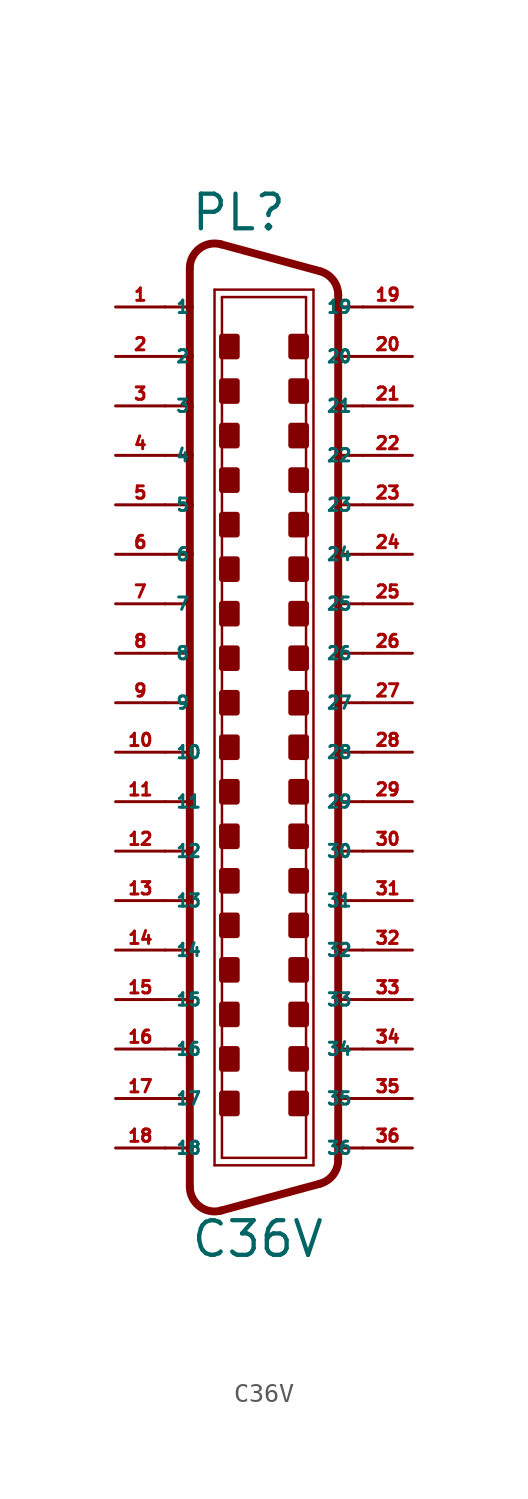
<source format=kicad_sym>
(kicad_symbol_lib
  (version 20220914)
  (generator Eagle2Kicad)
  (symbol "C36V"
    (property "Reference" "PL"
      (at -3.81 24.13 0)
      (effects (font (size 1.778 1.778) (thickness 0.22)) (justify left bottom)))
    (property "Value" "C36V"
      (at -3.81 -28.575 0)
      (effects (font (size 1.778 1.778) (thickness 0.22)) (justify left bottom)))
    (polyline
      (pts (xy -2.54 21.209) (xy 2.54 21.209))
      (stroke (width 0.127) (type default))
      (fill (type none)))
    (polyline
      (pts (xy -2.54 -23.749) (xy 2.54 -23.749))
      (stroke (width 0.127) (type default))
      (fill (type none)))
    (polyline
      (pts (xy -2.159 20.828) (xy 2.159 20.828))
      (stroke (width 0.127) (type default))
      (fill (type none)))
    (polyline
      (pts (xy 2.159 -23.368) (xy -2.159 -23.368))
      (stroke (width 0.127) (type default))
      (fill (type none)))
    (polyline
      (pts (xy 2.873 22.155) (xy -2.207 23.535))
      (stroke (width 0.406) (type default))
      (fill (type none)))
    (polyline
      (pts (xy 2.873 -24.695) (xy -2.207 -26.075))
      (stroke (width 0.406) (type default))
      (fill (type none)))
    (polyline
      (pts (xy -2.54 -23.749) (xy -2.54 21.209))
      (stroke (width 0.127) (type default))
      (fill (type none)))
    (polyline
      (pts (xy -3.81 22.264) (xy -3.81 20.32))
      (stroke (width 0.406) (type default))
      (fill (type none)))
    (polyline
      (pts (xy -3.81 20.32) (xy -3.81 17.78))
      (stroke (width 0.406) (type default))
      (fill (type none)))
    (polyline
      (pts (xy -3.81 17.78) (xy -3.81 15.24))
      (stroke (width 0.406) (type default))
      (fill (type none)))
    (polyline
      (pts (xy -3.81 15.24) (xy -3.81 12.7))
      (stroke (width 0.406) (type default))
      (fill (type none)))
    (polyline
      (pts (xy -3.81 12.7) (xy -3.81 10.16))
      (stroke (width 0.406) (type default))
      (fill (type none)))
    (polyline
      (pts (xy -3.81 10.16) (xy -3.81 7.62))
      (stroke (width 0.406) (type default))
      (fill (type none)))
    (polyline
      (pts (xy -3.81 7.62) (xy -3.81 -10.16))
      (stroke (width 0.406) (type default))
      (fill (type none)))
    (polyline
      (pts (xy -3.81 -10.16) (xy -3.81 -12.7))
      (stroke (width 0.406) (type default))
      (fill (type none)))
    (polyline
      (pts (xy -3.81 -12.7) (xy -3.81 -15.24))
      (stroke (width 0.406) (type default))
      (fill (type none)))
    (polyline
      (pts (xy -3.81 -15.24) (xy -3.81 -17.78))
      (stroke (width 0.406) (type default))
      (fill (type none)))
    (polyline
      (pts (xy -3.81 -17.78) (xy -3.81 -20.32))
      (stroke (width 0.406) (type default))
      (fill (type none)))
    (polyline
      (pts (xy -3.81 -20.32) (xy -3.81 -22.86))
      (stroke (width 0.406) (type default))
      (fill (type none)))
    (polyline
      (pts (xy -3.81 -22.86) (xy -3.81 -24.85))
      (stroke (width 0.406) (type default))
      (fill (type none)))
    (arc
      (start -3.81 -24.8498)
      (mid -3.311 -25.859)
      (end -2.207 -26.0754)
      (stroke (width 0.4064) (type default))
      (fill (type none)))
    (arc
      (start -2.207 23.5353)
      (mid -3.311 23.319)
      (end -3.81 22.3098)
      (stroke (width 0.4064) (type default))
      (fill (type none)))
    (polyline
      (pts (xy -2.159 -23.368) (xy -2.159 20.828))
      (stroke (width 0.127) (type default))
      (fill (type none)))
    (polyline
      (pts (xy 2.54 -23.749) (xy 2.54 21.209))
      (stroke (width 0.127) (type default))
      (fill (type none)))
    (polyline
      (pts (xy 3.81 -23.424) (xy 3.81 -22.86))
      (stroke (width 0.406) (type default))
      (fill (type none)))
    (polyline
      (pts (xy 3.81 -22.86) (xy 3.81 -20.32))
      (stroke (width 0.406) (type default))
      (fill (type none)))
    (polyline
      (pts (xy 3.81 -20.32) (xy 3.81 -17.78))
      (stroke (width 0.406) (type default))
      (fill (type none)))
    (polyline
      (pts (xy 3.81 -17.78) (xy 3.81 -15.24))
      (stroke (width 0.406) (type default))
      (fill (type none)))
    (polyline
      (pts (xy 3.81 -15.24) (xy 3.81 -12.7))
      (stroke (width 0.406) (type default))
      (fill (type none)))
    (polyline
      (pts (xy 3.81 -12.7) (xy 3.81 -10.16))
      (stroke (width 0.406) (type default))
      (fill (type none)))
    (polyline
      (pts (xy 3.81 -10.16) (xy 3.81 7.62))
      (stroke (width 0.406) (type default))
      (fill (type none)))
    (polyline
      (pts (xy 3.81 7.62) (xy 3.81 10.16))
      (stroke (width 0.406) (type default))
      (fill (type none)))
    (polyline
      (pts (xy 3.81 10.16) (xy 3.81 12.7))
      (stroke (width 0.406) (type default))
      (fill (type none)))
    (polyline
      (pts (xy 3.81 12.7) (xy 3.81 15.24))
      (stroke (width 0.406) (type default))
      (fill (type none)))
    (polyline
      (pts (xy 3.81 15.24) (xy 3.81 17.78))
      (stroke (width 0.406) (type default))
      (fill (type none)))
    (polyline
      (pts (xy 3.81 17.78) (xy 3.81 20.32))
      (stroke (width 0.406) (type default))
      (fill (type none)))
    (polyline
      (pts (xy 3.81 20.32) (xy 3.81 20.93))
      (stroke (width 0.406) (type default))
      (fill (type none)))
    (arc
      (start 2.873 -24.6951)
      (mid 3.549 -24.241)
      (end 3.81 -23.4696)
      (stroke (width 0.4064) (type default))
      (fill (type none)))
    (polyline
      (pts (xy 2.159 20.828) (xy 2.159 -23.368))
      (stroke (width 0.127) (type default))
      (fill (type none)))
    (arc
      (start 3.81 20.9296)
      (mid 3.549 21.701)
      (end 2.873 22.1552)
      (stroke (width 0.4064) (type default))
      (fill (type none)))
    (polyline
      (pts (xy -5.08 20.32) (xy -3.81 20.32))
      (stroke (width 0.152) (type default))
      (fill (type none)))
    (polyline
      (pts (xy -5.08 17.78) (xy -3.81 17.78))
      (stroke (width 0.152) (type default))
      (fill (type none)))
    (polyline
      (pts (xy -5.08 15.24) (xy -3.81 15.24))
      (stroke (width 0.152) (type default))
      (fill (type none)))
    (polyline
      (pts (xy -5.08 -15.24) (xy -3.81 -15.24))
      (stroke (width 0.152) (type default))
      (fill (type none)))
    (polyline
      (pts (xy -5.08 -17.78) (xy -3.81 -17.78))
      (stroke (width 0.152) (type default))
      (fill (type none)))
    (polyline
      (pts (xy -5.08 -20.32) (xy -3.81 -20.32))
      (stroke (width 0.152) (type default))
      (fill (type none)))
    (polyline
      (pts (xy -5.08 -22.86) (xy -3.81 -22.86))
      (stroke (width 0.152) (type default))
      (fill (type none)))
    (polyline
      (pts (xy 5.08 -22.86) (xy 3.81 -22.86))
      (stroke (width 0.152) (type default))
      (fill (type none)))
    (polyline
      (pts (xy 5.08 -20.32) (xy 3.81 -20.32))
      (stroke (width 0.152) (type default))
      (fill (type none)))
    (polyline
      (pts (xy 5.08 -17.78) (xy 3.81 -17.78))
      (stroke (width 0.152) (type default))
      (fill (type none)))
    (polyline
      (pts (xy 5.08 -15.24) (xy 3.81 -15.24))
      (stroke (width 0.152) (type default))
      (fill (type none)))
    (polyline
      (pts (xy 5.08 15.24) (xy 3.81 15.24))
      (stroke (width 0.152) (type default))
      (fill (type none)))
    (polyline
      (pts (xy 5.08 17.78) (xy 3.81 17.78))
      (stroke (width 0.152) (type default))
      (fill (type none)))
    (polyline
      (pts (xy 5.08 20.32) (xy 3.81 20.32))
      (stroke (width 0.152) (type default))
      (fill (type none)))
    (polyline
      (pts (xy 5.08 12.7) (xy 3.81 12.7))
      (stroke (width 0.152) (type default))
      (fill (type none)))
    (polyline
      (pts (xy 5.08 10.16) (xy 3.81 10.16))
      (stroke (width 0.152) (type default))
      (fill (type none)))
    (polyline
      (pts (xy 5.08 7.62) (xy 3.81 7.62))
      (stroke (width 0.152) (type default))
      (fill (type none)))
    (polyline
      (pts (xy 5.08 -10.16) (xy 3.81 -10.16))
      (stroke (width 0.152) (type default))
      (fill (type none)))
    (polyline
      (pts (xy 5.08 -12.7) (xy 3.81 -12.7))
      (stroke (width 0.152) (type default))
      (fill (type none)))
    (polyline
      (pts (xy -3.81 12.7) (xy -5.08 12.7))
      (stroke (width 0.152) (type default))
      (fill (type none)))
    (polyline
      (pts (xy -3.81 10.16) (xy -5.08 10.16))
      (stroke (width 0.152) (type default))
      (fill (type none)))
    (polyline
      (pts (xy -3.81 7.62) (xy -5.08 7.62))
      (stroke (width 0.152) (type default))
      (fill (type none)))
    (polyline
      (pts (xy -3.81 -10.16) (xy -5.08 -10.16))
      (stroke (width 0.152) (type default))
      (fill (type none)))
    (polyline
      (pts (xy -3.81 -12.7) (xy -5.08 -12.7))
      (stroke (width 0.152) (type default))
      (fill (type none)))
    (polyline
      (pts (xy -5.08 0) (xy -3.81 0))
      (stroke (width 0.152) (type default))
      (fill (type none)))
    (polyline
      (pts (xy -5.08 -2.54) (xy -3.81 -2.54))
      (stroke (width 0.152) (type default))
      (fill (type none)))
    (polyline
      (pts (xy -5.08 -5.08) (xy -3.81 -5.08))
      (stroke (width 0.152) (type default))
      (fill (type none)))
    (polyline
      (pts (xy -5.08 -7.62) (xy -3.81 -7.62))
      (stroke (width 0.152) (type default))
      (fill (type none)))
    (polyline
      (pts (xy -3.81 5.08) (xy -5.08 5.08))
      (stroke (width 0.152) (type default))
      (fill (type none)))
    (polyline
      (pts (xy -3.81 2.54) (xy -5.08 2.54))
      (stroke (width 0.152) (type default))
      (fill (type none)))
    (polyline
      (pts (xy 5.08 -2.54) (xy 3.81 -2.54))
      (stroke (width 0.152) (type default))
      (fill (type none)))
    (polyline
      (pts (xy 5.08 0) (xy 3.81 0))
      (stroke (width 0.152) (type default))
      (fill (type none)))
    (polyline
      (pts (xy 5.08 2.54) (xy 3.81 2.54))
      (stroke (width 0.152) (type default))
      (fill (type none)))
    (polyline
      (pts (xy 5.08 5.08) (xy 3.81 5.08))
      (stroke (width 0.152) (type default))
      (fill (type none)))
    (polyline
      (pts (xy 3.81 -7.62) (xy 5.08 -7.62))
      (stroke (width 0.152) (type default))
      (fill (type none)))
    (polyline
      (pts (xy 3.81 -5.08) (xy 5.08 -5.08))
      (stroke (width 0.152) (type default))
      (fill (type none)))
    (rectangle
      (start -2.159 17.78)
      (end -1.397 18.796)
      (stroke (width 0.3) (type default))
      (fill (type outline)))
    (rectangle
      (start -2.159 15.494)
      (end -1.397 16.51)
      (stroke (width 0.3) (type default))
      (fill (type outline)))
    (rectangle
      (start 1.397 17.78)
      (end 2.159 18.796)
      (stroke (width 0.3) (type default))
      (fill (type outline)))
    (rectangle
      (start 1.397 15.494)
      (end 2.159 16.51)
      (stroke (width 0.3) (type default))
      (fill (type outline)))
    (rectangle
      (start -2.159 13.208)
      (end -1.397 14.224)
      (stroke (width 0.3) (type default))
      (fill (type outline)))
    (rectangle
      (start -2.159 10.922)
      (end -1.397 11.938)
      (stroke (width 0.3) (type default))
      (fill (type outline)))
    (rectangle
      (start 1.397 13.208)
      (end 2.159 14.224)
      (stroke (width 0.3) (type default))
      (fill (type outline)))
    (rectangle
      (start 1.397 10.922)
      (end 2.159 11.938)
      (stroke (width 0.3) (type default))
      (fill (type outline)))
    (rectangle
      (start -2.159 8.636)
      (end -1.397 9.652)
      (stroke (width 0.3) (type default))
      (fill (type outline)))
    (rectangle
      (start -2.159 -14.224)
      (end -1.397 -13.208)
      (stroke (width 0.3) (type default))
      (fill (type outline)))
    (rectangle
      (start 1.397 -14.224)
      (end 2.159 -13.208)
      (stroke (width 0.3) (type default))
      (fill (type outline)))
    (rectangle
      (start 1.397 -16.51)
      (end 2.159 -15.494)
      (stroke (width 0.3) (type default))
      (fill (type outline)))
    (rectangle
      (start -2.159 -16.51)
      (end -1.397 -15.494)
      (stroke (width 0.3) (type default))
      (fill (type outline)))
    (rectangle
      (start -2.159 -18.796)
      (end -1.397 -17.78)
      (stroke (width 0.3) (type default))
      (fill (type outline)))
    (rectangle
      (start 1.397 -11.938)
      (end 2.159 -10.922)
      (stroke (width 0.3) (type default))
      (fill (type outline)))
    (rectangle
      (start 1.397 -18.796)
      (end 2.159 -17.78)
      (stroke (width 0.3) (type default))
      (fill (type outline)))
    (rectangle
      (start -2.159 -21.082)
      (end -1.397 -20.066)
      (stroke (width 0.3) (type default))
      (fill (type outline)))
    (rectangle
      (start 1.397 -21.082)
      (end 2.159 -20.066)
      (stroke (width 0.3) (type default))
      (fill (type outline)))
    (rectangle
      (start -2.159 6.35)
      (end -1.397 7.366)
      (stroke (width 0.3) (type default))
      (fill (type outline)))
    (rectangle
      (start -2.159 -9.652)
      (end -1.397 -8.636)
      (stroke (width 0.3) (type default))
      (fill (type outline)))
    (rectangle
      (start -2.159 -11.938)
      (end -1.397 -10.922)
      (stroke (width 0.3) (type default))
      (fill (type outline)))
    (rectangle
      (start 1.397 -9.652)
      (end 2.159 -8.636)
      (stroke (width 0.3) (type default))
      (fill (type outline)))
    (rectangle
      (start 1.397 6.35)
      (end 2.159 7.366)
      (stroke (width 0.3) (type default))
      (fill (type outline)))
    (rectangle
      (start 1.397 8.636)
      (end 2.159 9.652)
      (stroke (width 0.3) (type default))
      (fill (type outline)))
    (rectangle
      (start -2.159 4.064)
      (end -1.397 5.08)
      (stroke (width 0.3) (type default))
      (fill (type outline)))
    (rectangle
      (start -2.159 1.778)
      (end -1.397 2.794)
      (stroke (width 0.3) (type default))
      (fill (type outline)))
    (rectangle
      (start -2.159 -0.508)
      (end -1.397 0.508)
      (stroke (width 0.3) (type default))
      (fill (type outline)))
    (rectangle
      (start -2.159 -2.794)
      (end -1.397 -1.778)
      (stroke (width 0.3) (type default))
      (fill (type outline)))
    (rectangle
      (start -2.159 -5.08)
      (end -1.397 -4.064)
      (stroke (width 0.3) (type default))
      (fill (type outline)))
    (rectangle
      (start -2.159 -7.366)
      (end -1.397 -6.35)
      (stroke (width 0.3) (type default))
      (fill (type outline)))
    (rectangle
      (start 1.397 4.064)
      (end 2.159 5.08)
      (stroke (width 0.3) (type default))
      (fill (type outline)))
    (rectangle
      (start 1.397 1.778)
      (end 2.159 2.794)
      (stroke (width 0.3) (type default))
      (fill (type outline)))
    (rectangle
      (start 1.397 -0.508)
      (end 2.159 0.508)
      (stroke (width 0.3) (type default))
      (fill (type outline)))
    (rectangle
      (start 1.397 -2.794)
      (end 2.159 -1.778)
      (stroke (width 0.3) (type default))
      (fill (type outline)))
    (rectangle
      (start 1.397 -5.08)
      (end 2.159 -4.064)
      (stroke (width 0.3) (type default))
      (fill (type outline)))
    (rectangle
      (start 1.397 -7.366)
      (end 2.159 -6.35)
      (stroke (width 0.3) (type default))
      (fill (type outline)))
    (pin passive line
      (at -7.62 20.32 0)
      (length 2.54)
      (name "1" (effects (font (size 0.635 0.635) (thickness 0.08)) (justify left bottom)))
      (number "1" (effects (font (size 0.635 0.635) (thickness 0.08)) (justify left bottom))))
    (pin passive line
      (at -7.62 17.78 0)
      (length 2.54)
      (name "2" (effects (font (size 0.635 0.635) (thickness 0.08)) (justify left bottom)))
      (number "2" (effects (font (size 0.635 0.635) (thickness 0.08)) (justify left bottom))))
    (pin passive line
      (at -7.62 15.24 0)
      (length 2.54)
      (name "3" (effects (font (size 0.635 0.635) (thickness 0.08)) (justify left bottom)))
      (number "3" (effects (font (size 0.635 0.635) (thickness 0.08)) (justify left bottom))))
    (pin passive line
      (at -7.62 12.7 0)
      (length 2.54)
      (name "4" (effects (font (size 0.635 0.635) (thickness 0.08)) (justify left bottom)))
      (number "4" (effects (font (size 0.635 0.635) (thickness 0.08)) (justify left bottom))))
    (pin passive line
      (at -7.62 10.16 0)
      (length 2.54)
      (name "5" (effects (font (size 0.635 0.635) (thickness 0.08)) (justify left bottom)))
      (number "5" (effects (font (size 0.635 0.635) (thickness 0.08)) (justify left bottom))))
    (pin passive line
      (at -7.62 7.62 0)
      (length 2.54)
      (name "6" (effects (font (size 0.635 0.635) (thickness 0.08)) (justify left bottom)))
      (number "6" (effects (font (size 0.635 0.635) (thickness 0.08)) (justify left bottom))))
    (pin passive line
      (at -7.62 5.08 0)
      (length 2.54)
      (name "7" (effects (font (size 0.635 0.635) (thickness 0.08)) (justify left bottom)))
      (number "7" (effects (font (size 0.635 0.635) (thickness 0.08)) (justify left bottom))))
    (pin passive line
      (at -7.62 2.54 0)
      (length 2.54)
      (name "8" (effects (font (size 0.635 0.635) (thickness 0.08)) (justify left bottom)))
      (number "8" (effects (font (size 0.635 0.635) (thickness 0.08)) (justify left bottom))))
    (pin passive line
      (at -7.62 0 0)
      (length 2.54)
      (name "9" (effects (font (size 0.635 0.635) (thickness 0.08)) (justify left bottom)))
      (number "9" (effects (font (size 0.635 0.635) (thickness 0.08)) (justify left bottom))))
    (pin passive line
      (at -7.62 -2.54 0)
      (length 2.54)
      (name "10" (effects (font (size 0.635 0.635) (thickness 0.08)) (justify left bottom)))
      (number "10" (effects (font (size 0.635 0.635) (thickness 0.08)) (justify left bottom))))
    (pin passive line
      (at -7.62 -5.08 0)
      (length 2.54)
      (name "11" (effects (font (size 0.635 0.635) (thickness 0.08)) (justify left bottom)))
      (number "11" (effects (font (size 0.635 0.635) (thickness 0.08)) (justify left bottom))))
    (pin passive line
      (at -7.62 -7.62 0)
      (length 2.54)
      (name "12" (effects (font (size 0.635 0.635) (thickness 0.08)) (justify left bottom)))
      (number "12" (effects (font (size 0.635 0.635) (thickness 0.08)) (justify left bottom))))
    (pin passive line
      (at -7.62 -10.16 0)
      (length 2.54)
      (name "13" (effects (font (size 0.635 0.635) (thickness 0.08)) (justify left bottom)))
      (number "13" (effects (font (size 0.635 0.635) (thickness 0.08)) (justify left bottom))))
    (pin passive line
      (at -7.62 -12.7 0)
      (length 2.54)
      (name "14" (effects (font (size 0.635 0.635) (thickness 0.08)) (justify left bottom)))
      (number "14" (effects (font (size 0.635 0.635) (thickness 0.08)) (justify left bottom))))
    (pin passive line
      (at -7.62 -15.24 0)
      (length 2.54)
      (name "15" (effects (font (size 0.635 0.635) (thickness 0.08)) (justify left bottom)))
      (number "15" (effects (font (size 0.635 0.635) (thickness 0.08)) (justify left bottom))))
    (pin passive line
      (at -7.62 -17.78 0)
      (length 2.54)
      (name "16" (effects (font (size 0.635 0.635) (thickness 0.08)) (justify left bottom)))
      (number "16" (effects (font (size 0.635 0.635) (thickness 0.08)) (justify left bottom))))
    (pin passive line
      (at -7.62 -20.32 0)
      (length 2.54)
      (name "17" (effects (font (size 0.635 0.635) (thickness 0.08)) (justify left bottom)))
      (number "17" (effects (font (size 0.635 0.635) (thickness 0.08)) (justify left bottom))))
    (pin passive line
      (at -7.62 -22.86 0)
      (length 2.54)
      (name "18" (effects (font (size 0.635 0.635) (thickness 0.08)) (justify left bottom)))
      (number "18" (effects (font (size 0.635 0.635) (thickness 0.08)) (justify left bottom))))
    (pin passive line
      (at 7.62 20.32 180)
      (length 2.54)
      (name "19" (effects (font (size 0.635 0.635) (thickness 0.08)) (justify left bottom)))
      (number "19" (effects (font (size 0.635 0.635) (thickness 0.08)) (justify left bottom))))
    (pin passive line
      (at 7.62 17.78 180)
      (length 2.54)
      (name "20" (effects (font (size 0.635 0.635) (thickness 0.08)) (justify left bottom)))
      (number "20" (effects (font (size 0.635 0.635) (thickness 0.08)) (justify left bottom))))
    (pin passive line
      (at 7.62 15.24 180)
      (length 2.54)
      (name "21" (effects (font (size 0.635 0.635) (thickness 0.08)) (justify left bottom)))
      (number "21" (effects (font (size 0.635 0.635) (thickness 0.08)) (justify left bottom))))
    (pin passive line
      (at 7.62 12.7 180)
      (length 2.54)
      (name "22" (effects (font (size 0.635 0.635) (thickness 0.08)) (justify left bottom)))
      (number "22" (effects (font (size 0.635 0.635) (thickness 0.08)) (justify left bottom))))
    (pin passive line
      (at 7.62 10.16 180)
      (length 2.54)
      (name "23" (effects (font (size 0.635 0.635) (thickness 0.08)) (justify left bottom)))
      (number "23" (effects (font (size 0.635 0.635) (thickness 0.08)) (justify left bottom))))
    (pin passive line
      (at 7.62 7.62 180)
      (length 2.54)
      (name "24" (effects (font (size 0.635 0.635) (thickness 0.08)) (justify left bottom)))
      (number "24" (effects (font (size 0.635 0.635) (thickness 0.08)) (justify left bottom))))
    (pin passive line
      (at 7.62 5.08 180)
      (length 2.54)
      (name "25" (effects (font (size 0.635 0.635) (thickness 0.08)) (justify left bottom)))
      (number "25" (effects (font (size 0.635 0.635) (thickness 0.08)) (justify left bottom))))
    (pin passive line
      (at 7.62 2.54 180)
      (length 2.54)
      (name "26" (effects (font (size 0.635 0.635) (thickness 0.08)) (justify left bottom)))
      (number "26" (effects (font (size 0.635 0.635) (thickness 0.08)) (justify left bottom))))
    (pin passive line
      (at 7.62 0 180)
      (length 2.54)
      (name "27" (effects (font (size 0.635 0.635) (thickness 0.08)) (justify left bottom)))
      (number "27" (effects (font (size 0.635 0.635) (thickness 0.08)) (justify left bottom))))
    (pin passive line
      (at 7.62 -2.54 180)
      (length 2.54)
      (name "28" (effects (font (size 0.635 0.635) (thickness 0.08)) (justify left bottom)))
      (number "28" (effects (font (size 0.635 0.635) (thickness 0.08)) (justify left bottom))))
    (pin passive line
      (at 7.62 -5.08 180)
      (length 2.54)
      (name "29" (effects (font (size 0.635 0.635) (thickness 0.08)) (justify left bottom)))
      (number "29" (effects (font (size 0.635 0.635) (thickness 0.08)) (justify left bottom))))
    (pin passive line
      (at 7.62 -7.62 180)
      (length 2.54)
      (name "30" (effects (font (size 0.635 0.635) (thickness 0.08)) (justify left bottom)))
      (number "30" (effects (font (size 0.635 0.635) (thickness 0.08)) (justify left bottom))))
    (pin passive line
      (at 7.62 -10.16 180)
      (length 2.54)
      (name "31" (effects (font (size 0.635 0.635) (thickness 0.08)) (justify left bottom)))
      (number "31" (effects (font (size 0.635 0.635) (thickness 0.08)) (justify left bottom))))
    (pin passive line
      (at 7.62 -12.7 180)
      (length 2.54)
      (name "32" (effects (font (size 0.635 0.635) (thickness 0.08)) (justify left bottom)))
      (number "32" (effects (font (size 0.635 0.635) (thickness 0.08)) (justify left bottom))))
    (pin passive line
      (at 7.62 -15.24 180)
      (length 2.54)
      (name "33" (effects (font (size 0.635 0.635) (thickness 0.08)) (justify left bottom)))
      (number "33" (effects (font (size 0.635 0.635) (thickness 0.08)) (justify left bottom))))
    (pin passive line
      (at 7.62 -17.78 180)
      (length 2.54)
      (name "34" (effects (font (size 0.635 0.635) (thickness 0.08)) (justify left bottom)))
      (number "34" (effects (font (size 0.635 0.635) (thickness 0.08)) (justify left bottom))))
    (pin passive line
      (at 7.62 -20.32 180)
      (length 2.54)
      (name "35" (effects (font (size 0.635 0.635) (thickness 0.08)) (justify left bottom)))
      (number "35" (effects (font (size 0.635 0.635) (thickness 0.08)) (justify left bottom))))
    (pin passive line
      (at 7.62 -22.86 180)
      (length 2.54)
      (name "36" (effects (font (size 0.635 0.635) (thickness 0.08)) (justify left bottom)))
      (number "36" (effects (font (size 0.635 0.635) (thickness 0.08)) (justify left bottom))))))
</source>
